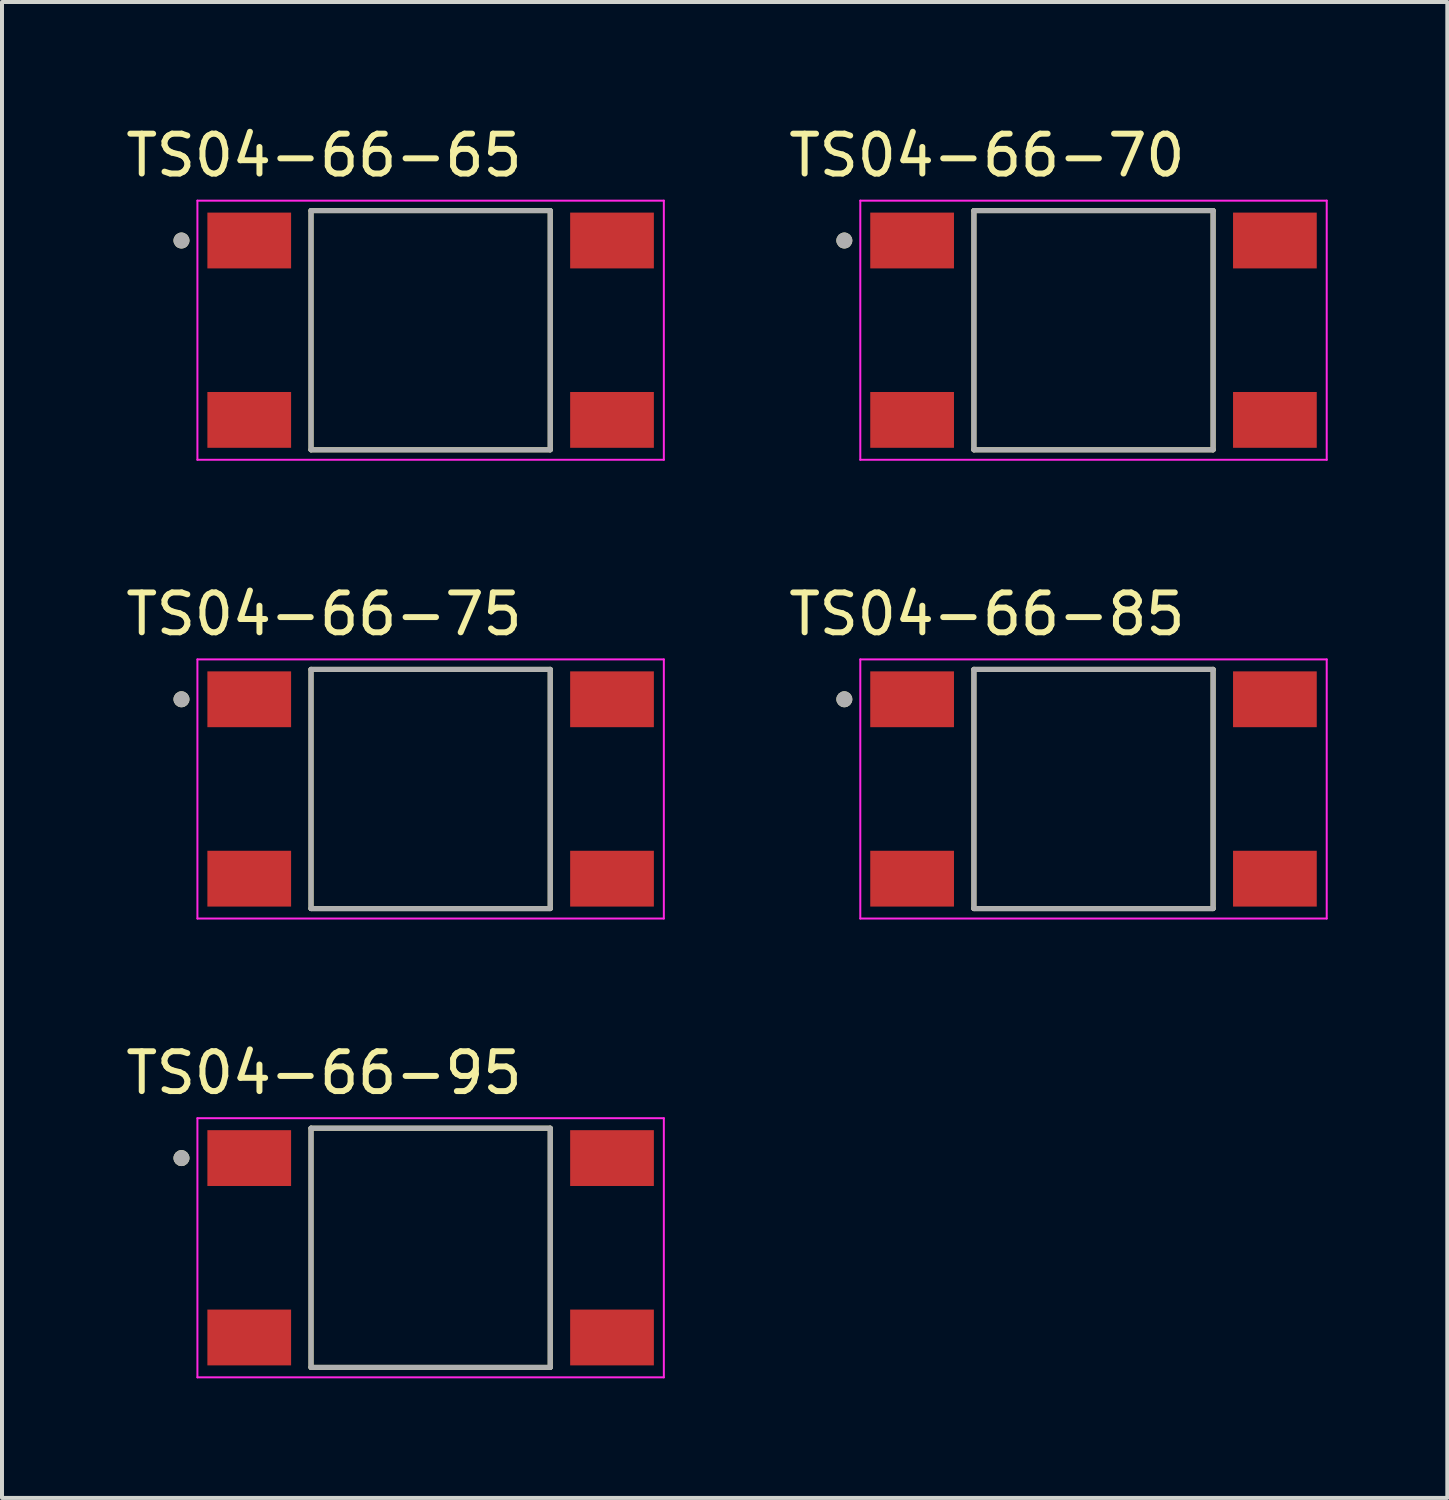
<source format=kicad_pcb>
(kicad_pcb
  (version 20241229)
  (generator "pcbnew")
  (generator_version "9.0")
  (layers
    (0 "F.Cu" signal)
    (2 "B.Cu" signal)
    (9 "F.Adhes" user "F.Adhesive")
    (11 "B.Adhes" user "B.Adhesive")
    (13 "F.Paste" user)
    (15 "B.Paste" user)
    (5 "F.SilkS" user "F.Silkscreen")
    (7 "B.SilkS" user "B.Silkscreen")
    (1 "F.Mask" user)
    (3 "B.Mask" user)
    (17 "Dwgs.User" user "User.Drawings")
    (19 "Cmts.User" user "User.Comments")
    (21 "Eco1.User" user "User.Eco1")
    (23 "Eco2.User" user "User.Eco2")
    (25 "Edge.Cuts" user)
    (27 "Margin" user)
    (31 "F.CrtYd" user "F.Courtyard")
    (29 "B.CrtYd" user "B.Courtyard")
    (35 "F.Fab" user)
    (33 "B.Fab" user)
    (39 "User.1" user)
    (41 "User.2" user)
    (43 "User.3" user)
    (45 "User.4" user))
  (footprint "TS04-66-85"
    (layer "F.Cu")
    (at 24.38 16.741)
    (property "Reference" "TS04-66-85" (at -2.675 -4.385 0) (layer "F.SilkS") (effects (font (size 1 1) (thickness 0.15))))
    (attr smd)
    (fp_line (start -3 -3) (end -3 3) (stroke (width 0.127) (type solid)) (layer "F.SilkS"))
    (fp_line (start -3 3) (end 3 3) (stroke (width 0.127) (type solid)) (layer "F.SilkS"))
    (fp_line (start 3 -3) (end -3 -3) (stroke (width 0.127) (type solid)) (layer "F.SilkS"))
    (fp_line (start 3 3) (end 3 -3) (stroke (width 0.127) (type solid)) (layer "F.SilkS"))
    (fp_circle (center -6.25 -2.25) (end -6.15 -2.25) (stroke (width 0.2) (type solid)) (fill no) (layer "F.SilkS"))
    (fp_line (start -5.85 -3.25) (end -5.85 3.25) (stroke (width 0.05) (type solid)) (layer "F.CrtYd"))
    (fp_line (start -5.85 3.25) (end 5.85 3.25) (stroke (width 0.05) (type solid)) (layer "F.CrtYd"))
    (fp_line (start 5.85 -3.25) (end -5.85 -3.25) (stroke (width 0.05) (type solid)) (layer "F.CrtYd"))
    (fp_line (start 5.85 3.25) (end 5.85 -3.25) (stroke (width 0.05) (type solid)) (layer "F.CrtYd"))
    (fp_line (start -3 -3) (end -3 3) (stroke (width 0.127) (type solid)) (layer "F.Fab"))
    (fp_line (start -3 3) (end 3 3) (stroke (width 0.127) (type solid)) (layer "F.Fab"))
    (fp_line (start 3 -3) (end -3 -3) (stroke (width 0.127) (type solid)) (layer "F.Fab"))
    (fp_line (start 3 3) (end 3 -3) (stroke (width 0.127) (type solid)) (layer "F.Fab"))
    (fp_circle (center -6.25 -2.25) (end -6.15 -2.25) (stroke (width 0.2) (type solid)) (fill no) (layer "F.Fab"))
    (pad "1" smd rect (at -4.55 -2.25) (size 2.1 1.4) (layers "F.Cu" "F.Mask" "F.Paste"))
    (pad "1" smd rect (at 4.55 -2.25) (size 2.1 1.4) (layers "F.Cu" "F.Mask" "F.Paste"))
    (pad "2" smd rect (at -4.55 2.25) (size 2.1 1.4) (layers "F.Cu" "F.Mask" "F.Paste"))
    (pad "2" smd rect (at 4.55 2.25) (size 2.1 1.4) (layers "F.Cu" "F.Mask" "F.Paste")))
  (footprint "TS04-66-95"
    (layer "F.Cu")
    (at 7.752 28.25)
    (property "Reference" "TS04-66-95" (at -2.675 -4.385 0) (layer "F.SilkS") (effects (font (size 1 1) (thickness 0.15))))
    (attr smd)
    (fp_line (start -3 -3) (end -3 3) (stroke (width 0.127) (type solid)) (layer "F.SilkS"))
    (fp_line (start -3 3) (end 3 3) (stroke (width 0.127) (type solid)) (layer "F.SilkS"))
    (fp_line (start 3 -3) (end -3 -3) (stroke (width 0.127) (type solid)) (layer "F.SilkS"))
    (fp_line (start 3 3) (end 3 -3) (stroke (width 0.127) (type solid)) (layer "F.SilkS"))
    (fp_circle (center -6.25 -2.25) (end -6.15 -2.25) (stroke (width 0.2) (type solid)) (fill no) (layer "F.SilkS"))
    (fp_line (start -5.85 -3.25) (end -5.85 3.25) (stroke (width 0.05) (type solid)) (layer "F.CrtYd"))
    (fp_line (start -5.85 3.25) (end 5.85 3.25) (stroke (width 0.05) (type solid)) (layer "F.CrtYd"))
    (fp_line (start 5.85 -3.25) (end -5.85 -3.25) (stroke (width 0.05) (type solid)) (layer "F.CrtYd"))
    (fp_line (start 5.85 3.25) (end 5.85 -3.25) (stroke (width 0.05) (type solid)) (layer "F.CrtYd"))
    (fp_line (start -3 -3) (end -3 3) (stroke (width 0.127) (type solid)) (layer "F.Fab"))
    (fp_line (start -3 3) (end 3 3) (stroke (width 0.127) (type solid)) (layer "F.Fab"))
    (fp_line (start 3 -3) (end -3 -3) (stroke (width 0.127) (type solid)) (layer "F.Fab"))
    (fp_line (start 3 3) (end 3 -3) (stroke (width 0.127) (type solid)) (layer "F.Fab"))
    (fp_circle (center -6.25 -2.25) (end -6.15 -2.25) (stroke (width 0.2) (type solid)) (fill no) (layer "F.Fab"))
    (pad "1" smd rect (at -4.55 -2.25) (size 2.1 1.4) (layers "F.Cu" "F.Mask" "F.Paste"))
    (pad "1" smd rect (at 4.55 -2.25) (size 2.1 1.4) (layers "F.Cu" "F.Mask" "F.Paste"))
    (pad "2" smd rect (at -4.55 2.25) (size 2.1 1.4) (layers "F.Cu" "F.Mask" "F.Paste"))
    (pad "2" smd rect (at 4.55 2.25) (size 2.1 1.4) (layers "F.Cu" "F.Mask" "F.Paste")))
  (footprint "TS04-66-70"
    (layer "F.Cu")
    (at 24.38 5.233)
    (property "Reference" "TS04-66-70" (at -2.675 -4.385 0) (layer "F.SilkS") (effects (font (size 1 1) (thickness 0.15))))
    (attr smd)
    (fp_line (start -3 -3) (end -3 3) (stroke (width 0.127) (type solid)) (layer "F.SilkS"))
    (fp_line (start -3 3) (end 3 3) (stroke (width 0.127) (type solid)) (layer "F.SilkS"))
    (fp_line (start 3 -3) (end -3 -3) (stroke (width 0.127) (type solid)) (layer "F.SilkS"))
    (fp_line (start 3 3) (end 3 -3) (stroke (width 0.127) (type solid)) (layer "F.SilkS"))
    (fp_circle (center -6.25 -2.25) (end -6.15 -2.25) (stroke (width 0.2) (type solid)) (fill no) (layer "F.SilkS"))
    (fp_line (start -5.85 -3.25) (end -5.85 3.25) (stroke (width 0.05) (type solid)) (layer "F.CrtYd"))
    (fp_line (start -5.85 3.25) (end 5.85 3.25) (stroke (width 0.05) (type solid)) (layer "F.CrtYd"))
    (fp_line (start 5.85 -3.25) (end -5.85 -3.25) (stroke (width 0.05) (type solid)) (layer "F.CrtYd"))
    (fp_line (start 5.85 3.25) (end 5.85 -3.25) (stroke (width 0.05) (type solid)) (layer "F.CrtYd"))
    (fp_line (start -3 -3) (end -3 3) (stroke (width 0.127) (type solid)) (layer "F.Fab"))
    (fp_line (start -3 3) (end 3 3) (stroke (width 0.127) (type solid)) (layer "F.Fab"))
    (fp_line (start 3 -3) (end -3 -3) (stroke (width 0.127) (type solid)) (layer "F.Fab"))
    (fp_line (start 3 3) (end 3 -3) (stroke (width 0.127) (type solid)) (layer "F.Fab"))
    (fp_circle (center -6.25 -2.25) (end -6.15 -2.25) (stroke (width 0.2) (type solid)) (fill no) (layer "F.Fab"))
    (pad "1" smd rect (at -4.55 -2.25) (size 2.1 1.4) (layers "F.Cu" "F.Mask" "F.Paste"))
    (pad "1" smd rect (at 4.55 -2.25) (size 2.1 1.4) (layers "F.Cu" "F.Mask" "F.Paste"))
    (pad "2" smd rect (at -4.55 2.25) (size 2.1 1.4) (layers "F.Cu" "F.Mask" "F.Paste"))
    (pad "2" smd rect (at 4.55 2.25) (size 2.1 1.4) (layers "F.Cu" "F.Mask" "F.Paste")))
  (footprint "TS04-66-65"
    (layer "F.Cu")
    (at 7.752 5.233)
    (property "Reference" "TS04-66-65" (at -2.675 -4.385 0) (layer "F.SilkS") (effects (font (size 1 1) (thickness 0.15))))
    (attr smd)
    (fp_line (start -3 -3) (end -3 3) (stroke (width 0.127) (type solid)) (layer "F.SilkS"))
    (fp_line (start -3 3) (end 3 3) (stroke (width 0.127) (type solid)) (layer "F.SilkS"))
    (fp_line (start 3 -3) (end -3 -3) (stroke (width 0.127) (type solid)) (layer "F.SilkS"))
    (fp_line (start 3 3) (end 3 -3) (stroke (width 0.127) (type solid)) (layer "F.SilkS"))
    (fp_circle (center -6.25 -2.25) (end -6.15 -2.25) (stroke (width 0.2) (type solid)) (fill no) (layer "F.SilkS"))
    (fp_line (start -5.85 -3.25) (end -5.85 3.25) (stroke (width 0.05) (type solid)) (layer "F.CrtYd"))
    (fp_line (start -5.85 3.25) (end 5.85 3.25) (stroke (width 0.05) (type solid)) (layer "F.CrtYd"))
    (fp_line (start 5.85 -3.25) (end -5.85 -3.25) (stroke (width 0.05) (type solid)) (layer "F.CrtYd"))
    (fp_line (start 5.85 3.25) (end 5.85 -3.25) (stroke (width 0.05) (type solid)) (layer "F.CrtYd"))
    (fp_line (start -3 -3) (end -3 3) (stroke (width 0.127) (type solid)) (layer "F.Fab"))
    (fp_line (start -3 3) (end 3 3) (stroke (width 0.127) (type solid)) (layer "F.Fab"))
    (fp_line (start 3 -3) (end -3 -3) (stroke (width 0.127) (type solid)) (layer "F.Fab"))
    (fp_line (start 3 3) (end 3 -3) (stroke (width 0.127) (type solid)) (layer "F.Fab"))
    (fp_circle (center -6.25 -2.25) (end -6.15 -2.25) (stroke (width 0.2) (type solid)) (fill no) (layer "F.Fab"))
    (pad "1" smd rect (at -4.55 -2.25) (size 2.1 1.4) (layers "F.Cu" "F.Mask" "F.Paste"))
    (pad "1" smd rect (at 4.55 -2.25) (size 2.1 1.4) (layers "F.Cu" "F.Mask" "F.Paste"))
    (pad "2" smd rect (at -4.55 2.25) (size 2.1 1.4) (layers "F.Cu" "F.Mask" "F.Paste"))
    (pad "2" smd rect (at 4.55 2.25) (size 2.1 1.4) (layers "F.Cu" "F.Mask" "F.Paste")))
  (footprint "TS04-66-75"
    (layer "F.Cu")
    (at 7.752 16.741)
    (property "Reference" "TS04-66-75" (at -2.675 -4.385 0) (layer "F.SilkS") (effects (font (size 1 1) (thickness 0.15))))
    (attr smd)
    (fp_line (start -3 -3) (end -3 3) (stroke (width 0.127) (type solid)) (layer "F.SilkS"))
    (fp_line (start -3 3) (end 3 3) (stroke (width 0.127) (type solid)) (layer "F.SilkS"))
    (fp_line (start 3 -3) (end -3 -3) (stroke (width 0.127) (type solid)) (layer "F.SilkS"))
    (fp_line (start 3 3) (end 3 -3) (stroke (width 0.127) (type solid)) (layer "F.SilkS"))
    (fp_circle (center -6.25 -2.25) (end -6.15 -2.25) (stroke (width 0.2) (type solid)) (fill no) (layer "F.SilkS"))
    (fp_line (start -5.85 -3.25) (end -5.85 3.25) (stroke (width 0.05) (type solid)) (layer "F.CrtYd"))
    (fp_line (start -5.85 3.25) (end 5.85 3.25) (stroke (width 0.05) (type solid)) (layer "F.CrtYd"))
    (fp_line (start 5.85 -3.25) (end -5.85 -3.25) (stroke (width 0.05) (type solid)) (layer "F.CrtYd"))
    (fp_line (start 5.85 3.25) (end 5.85 -3.25) (stroke (width 0.05) (type solid)) (layer "F.CrtYd"))
    (fp_line (start -3 -3) (end -3 3) (stroke (width 0.127) (type solid)) (layer "F.Fab"))
    (fp_line (start -3 3) (end 3 3) (stroke (width 0.127) (type solid)) (layer "F.Fab"))
    (fp_line (start 3 -3) (end -3 -3) (stroke (width 0.127) (type solid)) (layer "F.Fab"))
    (fp_line (start 3 3) (end 3 -3) (stroke (width 0.127) (type solid)) (layer "F.Fab"))
    (fp_circle (center -6.25 -2.25) (end -6.15 -2.25) (stroke (width 0.2) (type solid)) (fill no) (layer "F.Fab"))
    (pad "1" smd rect (at -4.55 -2.25) (size 2.1 1.4) (layers "F.Cu" "F.Mask" "F.Paste"))
    (pad "1" smd rect (at 4.55 -2.25) (size 2.1 1.4) (layers "F.Cu" "F.Mask" "F.Paste"))
    (pad "2" smd rect (at -4.55 2.25) (size 2.1 1.4) (layers "F.Cu" "F.Mask" "F.Paste"))
    (pad "2" smd rect (at 4.55 2.25) (size 2.1 1.4) (layers "F.Cu" "F.Mask" "F.Paste")))
  (gr_rect
    (start -3 -3)
    (end 33.255 34.525)
    (stroke (width 0.1) (type default))
    (fill no)
    (layer "Edge.Cuts")))
</source>
